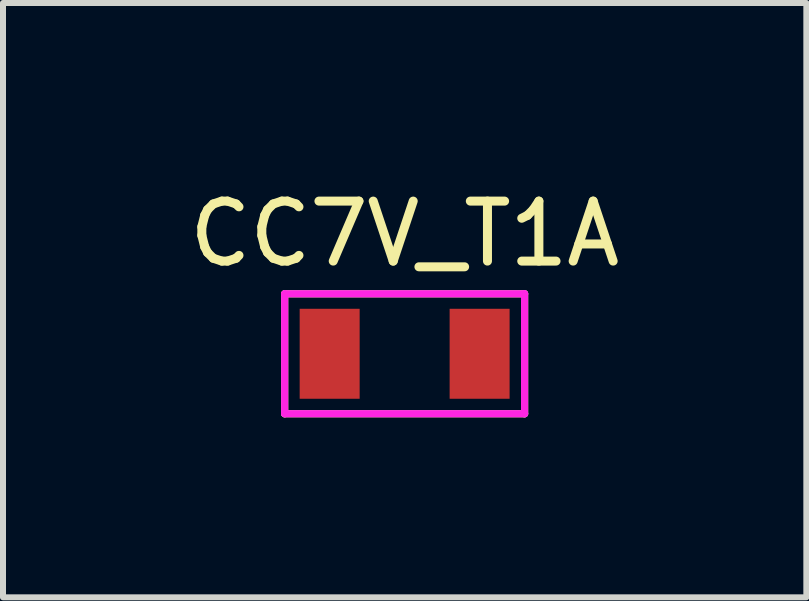
<source format=kicad_pcb>
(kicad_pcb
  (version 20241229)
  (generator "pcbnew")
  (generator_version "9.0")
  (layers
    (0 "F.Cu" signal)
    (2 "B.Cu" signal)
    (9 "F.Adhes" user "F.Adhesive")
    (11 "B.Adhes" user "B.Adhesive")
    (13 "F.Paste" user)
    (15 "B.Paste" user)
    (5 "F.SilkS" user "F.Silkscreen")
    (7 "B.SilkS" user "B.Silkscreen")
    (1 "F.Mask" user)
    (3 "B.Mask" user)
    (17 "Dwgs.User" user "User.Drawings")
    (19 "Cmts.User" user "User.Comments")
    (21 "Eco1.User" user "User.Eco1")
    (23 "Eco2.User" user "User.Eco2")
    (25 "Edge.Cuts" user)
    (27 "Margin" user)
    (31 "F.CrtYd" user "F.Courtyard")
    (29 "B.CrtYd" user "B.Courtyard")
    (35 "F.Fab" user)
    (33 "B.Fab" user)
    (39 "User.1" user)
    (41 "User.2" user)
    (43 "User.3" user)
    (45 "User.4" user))
  (footprint "CC7V_T1A"
    (layer "F.Cu")
    (at 3.696 2.848)
    (property "Reference" "CC7V_T1A" (at 0 -2 0) (layer "F.SilkS") (effects (font (size 1 1) (thickness 0.15))))
    (attr through_hole)
    (fp_line (start -2 -1) (end 2 -1) (stroke (width 0.12) (type solid)) (layer "F.SilkS"))
    (fp_line (start -2 1) (end -2 -1) (stroke (width 0.12) (type solid)) (layer "F.SilkS"))
    (fp_line (start 2 -1) (end 2 1) (stroke (width 0.12) (type solid)) (layer "F.SilkS"))
    (fp_line (start 2 1) (end -2 1) (stroke (width 0.12) (type solid)) (layer "F.SilkS"))
    (fp_line (start -2 -1) (end 2 -1) (stroke (width 0.12) (type solid)) (layer "F.CrtYd"))
    (fp_line (start -2 1) (end -2 -1) (stroke (width 0.12) (type solid)) (layer "F.CrtYd"))
    (fp_line (start 2 -1) (end 2 1) (stroke (width 0.12) (type solid)) (layer "F.CrtYd"))
    (fp_line (start 2 1) (end -2 1) (stroke (width 0.12) (type solid)) (layer "F.CrtYd"))
    (pad "1" smd rect (at -1.25 0) (size 1 1.5) (layers "F.Cu" "F.Mask" "F.Paste"))
    (pad "2" smd rect (at 1.25 0) (size 1 1.5) (layers "F.Cu" "F.Mask" "F.Paste")))
  (gr_rect
    (start -3 -3)
    (end 10.393 6.908)
    (stroke (width 0.1) (type default))
    (fill no)
    (layer "Edge.Cuts")))
</source>
